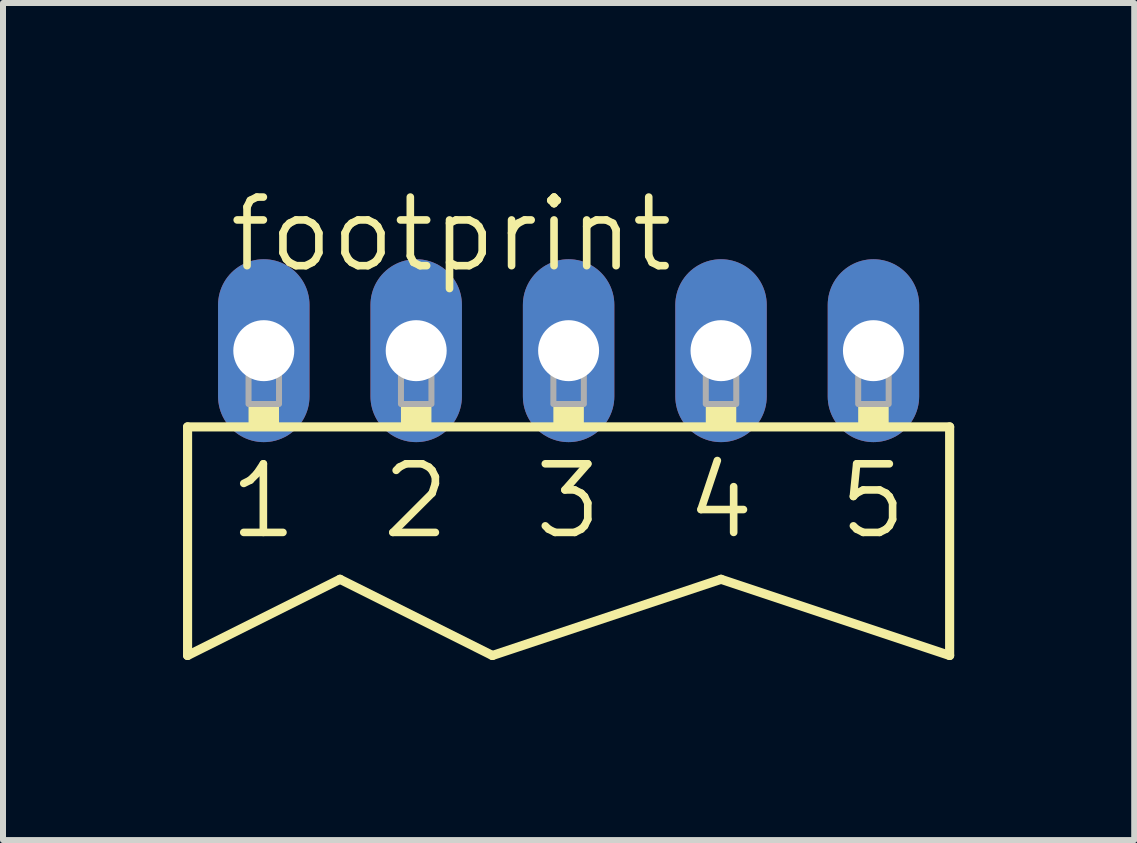
<source format=kicad_pcb>
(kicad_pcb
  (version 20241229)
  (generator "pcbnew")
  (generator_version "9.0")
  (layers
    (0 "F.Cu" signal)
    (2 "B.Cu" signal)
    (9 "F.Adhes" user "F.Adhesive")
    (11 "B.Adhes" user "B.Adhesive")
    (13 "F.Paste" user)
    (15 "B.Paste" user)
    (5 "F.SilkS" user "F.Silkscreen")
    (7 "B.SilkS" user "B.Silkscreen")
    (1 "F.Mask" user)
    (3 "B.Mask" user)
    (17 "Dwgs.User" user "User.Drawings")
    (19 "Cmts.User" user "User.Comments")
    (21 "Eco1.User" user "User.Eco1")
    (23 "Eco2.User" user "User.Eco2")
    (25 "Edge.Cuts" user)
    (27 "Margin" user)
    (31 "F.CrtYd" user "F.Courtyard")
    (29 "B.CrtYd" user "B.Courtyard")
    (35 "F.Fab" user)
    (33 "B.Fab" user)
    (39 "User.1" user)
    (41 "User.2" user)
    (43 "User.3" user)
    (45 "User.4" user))
  (footprint "footprint"
    (layer "F.Cu")
    (at 6.426 2.794)
    (property "Reference" "footprint" (at -5.715 -1.27 0) (layer "F.SilkS") (effects (font (size 1.143 1.143) (thickness 0.127)) (justify left bottom)))
    (fp_line (start -6.35 1.27) (end -6.35 5.08) (stroke (width 0.152) (type solid)) (layer "F.SilkS"))
    (fp_line (start -3.81 3.81) (end -6.35 5.08) (stroke (width 0.152) (type solid)) (layer "F.SilkS"))
    (fp_line (start -1.27 5.08) (end -3.81 3.81) (stroke (width 0.152) (type solid)) (layer "F.SilkS"))
    (fp_line (start 2.54 3.81) (end -1.27 5.08) (stroke (width 0.152) (type solid)) (layer "F.SilkS"))
    (fp_line (start 6.35 1.27) (end -6.35 1.27) (stroke (width 0.152) (type solid)) (layer "F.SilkS"))
    (fp_line (start 6.35 1.27) (end 6.35 5.08) (stroke (width 0.152) (type solid)) (layer "F.SilkS"))
    (fp_line (start 6.35 5.08) (end 2.54 3.81) (stroke (width 0.152) (type solid)) (layer "F.SilkS"))
    (fp_poly (pts (xy -5.334 1.27) (xy -4.826 1.27) (xy -4.826 0.889) (xy -5.334 0.889)) (stroke (width 0) (type solid)) (fill yes) (layer "F.SilkS"))
    (fp_poly (pts (xy -2.794 1.27) (xy -2.286 1.27) (xy -2.286 0.889) (xy -2.794 0.889)) (stroke (width 0) (type solid)) (fill yes) (layer "F.SilkS"))
    (fp_poly (pts (xy -0.254 1.27) (xy 0.254 1.27) (xy 0.254 0.889) (xy -0.254 0.889)) (stroke (width 0) (type solid)) (fill yes) (layer "F.SilkS"))
    (fp_poly (pts (xy 2.286 1.27) (xy 2.794 1.27) (xy 2.794 0.889) (xy 2.286 0.889)) (stroke (width 0) (type solid)) (fill yes) (layer "F.SilkS"))
    (fp_poly (pts (xy 4.826 1.27) (xy 5.334 1.27) (xy 5.334 0.889) (xy 4.826 0.889)) (stroke (width 0) (type solid)) (fill yes) (layer "F.SilkS"))
    (fp_poly (pts (xy -5.334 0.889) (xy -4.826 0.889) (xy -4.826 -0.254) (xy -5.334 -0.254)) (stroke (width 0.1) (type solid)) (fill no) (layer "F.Fab"))
    (fp_poly (pts (xy -2.794 0.889) (xy -2.286 0.889) (xy -2.286 -0.254) (xy -2.794 -0.254)) (stroke (width 0.1) (type solid)) (fill no) (layer "F.Fab"))
    (fp_poly (pts (xy -0.254 0.889) (xy 0.254 0.889) (xy 0.254 -0.254) (xy -0.254 -0.254)) (stroke (width 0.1) (type solid)) (fill no) (layer "F.Fab"))
    (fp_poly (pts (xy 2.286 0.889) (xy 2.794 0.889) (xy 2.794 -0.254) (xy 2.286 -0.254)) (stroke (width 0.1) (type solid)) (fill no) (layer "F.Fab"))
    (fp_poly (pts (xy 4.826 0.889) (xy 5.334 0.889) (xy 5.334 -0.254) (xy 4.826 -0.254)) (stroke (width 0.1) (type solid)) (fill no) (layer "F.Fab"))
    (fp_text user "5" (at 4.445 3.175 0) (layer "F.SilkS") (effects (font (size 1.143 1.143) (thickness 0.127)) (justify left bottom)))
    (fp_text user "3" (at -0.635 3.175 0) (layer "F.SilkS") (effects (font (size 1.143 1.143) (thickness 0.127)) (justify left bottom)))
    (fp_text user "4" (at 1.905 3.175 0) (layer "F.SilkS") (effects (font (size 1.143 1.143) (thickness 0.127)) (justify left bottom)))
    (fp_text user "1" (at -5.715 3.175 0) (layer "F.SilkS") (effects (font (size 1.143 1.143) (thickness 0.127)) (justify left bottom)))
    (fp_text user "2" (at -3.175 3.175 0) (layer "F.SilkS") (effects (font (size 1.143 1.143) (thickness 0.127)) (justify left bottom)))
    (pad "1" thru_hole oval (at -5.08 0 90) (size 3.048 1.524) (drill 1.016) (layers "*.Cu" "*.Mask"))
    (pad "2" thru_hole oval (at -2.54 0 90) (size 3.048 1.524) (drill 1.016) (layers "*.Cu" "*.Mask"))
    (pad "3" thru_hole oval (at 0 0 90) (size 3.048 1.524) (drill 1.016) (layers "*.Cu" "*.Mask"))
    (pad "4" thru_hole oval (at 2.54 0 90) (size 3.048 1.524) (drill 1.016) (layers "*.Cu" "*.Mask"))
    (pad "5" thru_hole oval (at 5.08 0 90) (size 3.048 1.524) (drill 1.016) (layers "*.Cu" "*.Mask")))
  (gr_rect
    (start -3 -3)
    (end 15.852 10.95)
    (stroke (width 0.1) (type default))
    (fill no)
    (layer "Edge.Cuts")))
</source>
